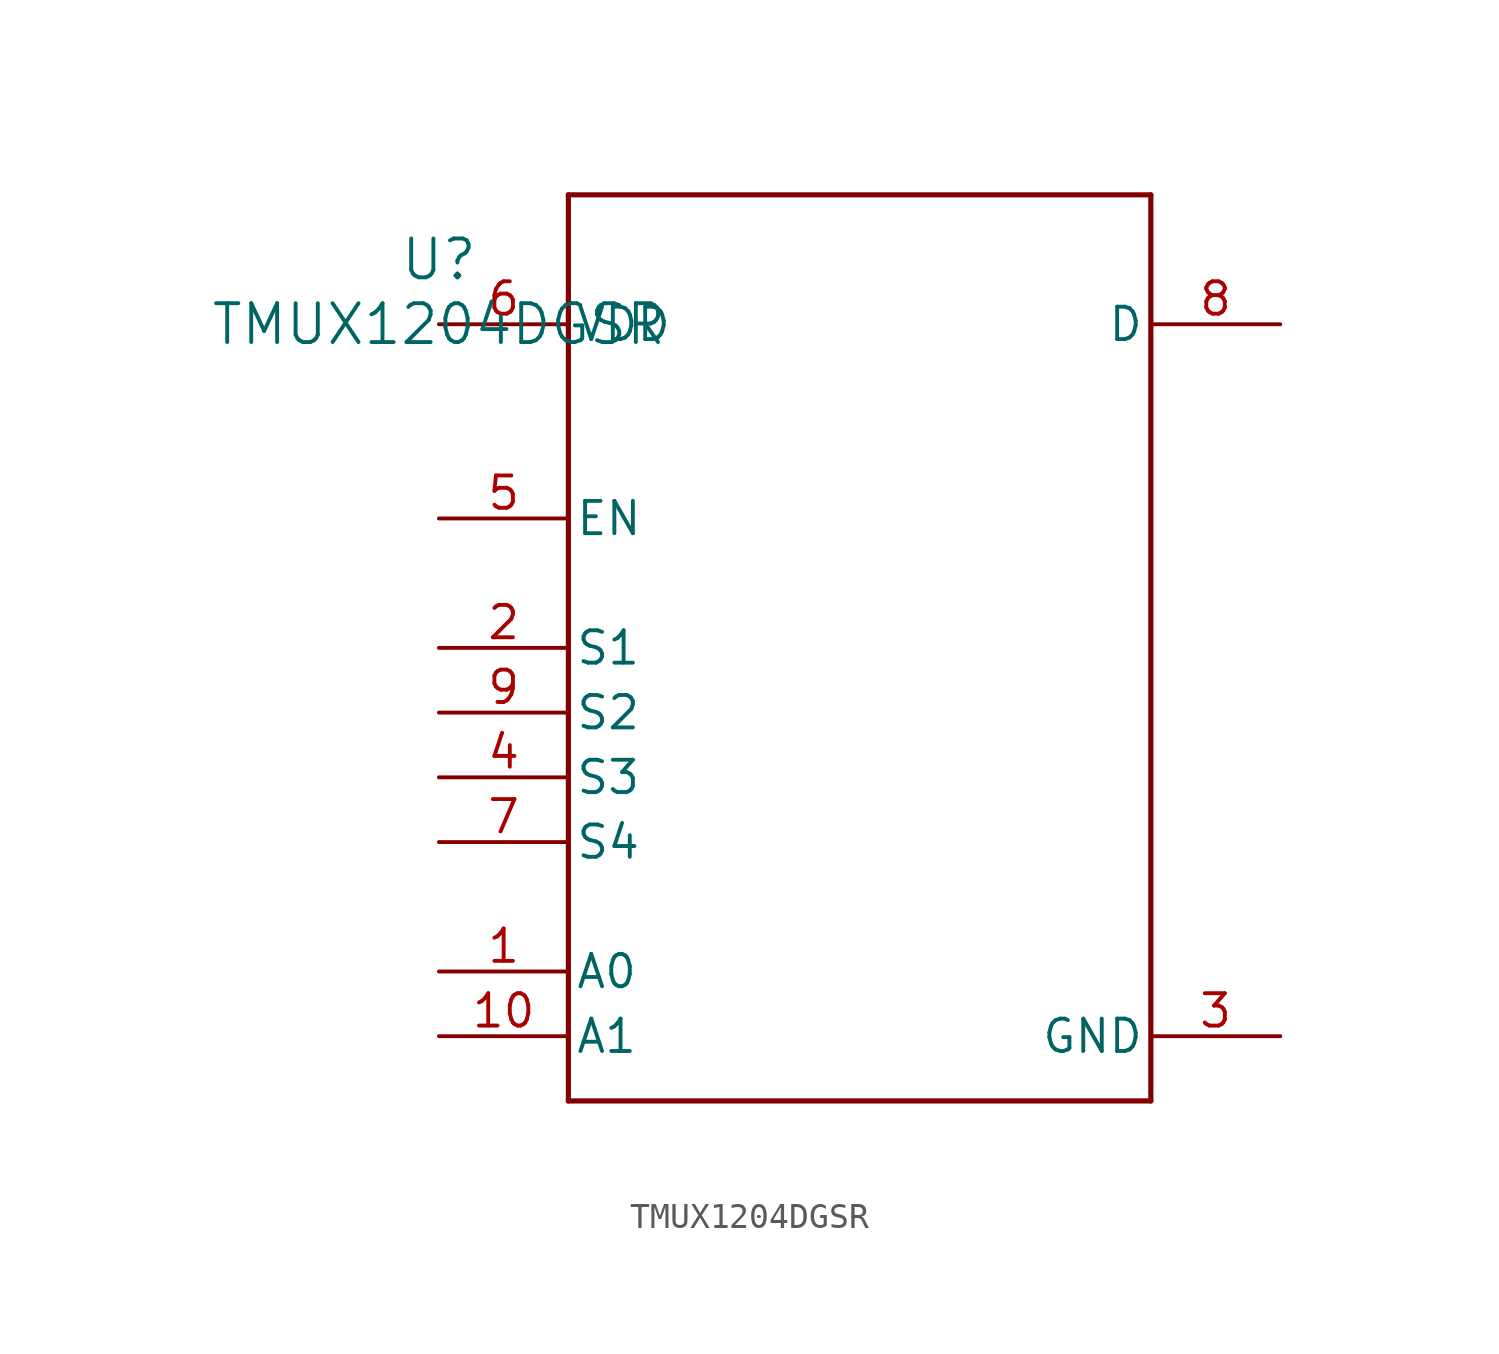
<source format=kicad_sym>
(kicad_symbol_lib
  (version 20211014)
  (generator kicad_symbol_editor)
  (symbol "TMUX1204DGSR"
    (pin_names
      (offset 0.254))
    (property "Reference" "U"
      (at 0 2.54 0)
      (effects (font (size 1.524 1.524))))
    (property "Value" "TMUX1204DGSR"
      (at 0 0 0)
      (effects (font (size 1.524 1.524))))
    (symbol "TMUX1204DGSR_0_1"
      (polyline (pts (xy 5.08 -30.48) (xy 27.94 -30.48)) (stroke (width 0.203) (type default) (color 0 0 0 0)) (fill (type none)))
      (polyline (pts (xy 27.94 -30.48) (xy 27.94 5.08)) (stroke (width 0.203) (type default) (color 0 0 0 0)) (fill (type none)))
      (polyline (pts (xy 27.94 5.08) (xy 5.08 5.08)) (stroke (width 0.203) (type default) (color 0 0 0 0)) (fill (type none)))
      (polyline (pts (xy 5.08 5.08) (xy 5.08 -30.48)) (stroke (width 0.203) (type default) (color 0 0 0 0)) (fill (type none)))
      (pin input line (at 0 -25.4 0) (length 5.08) (name "A0" (effects (font (size 1.27 1.27)))) (number "1" (effects (font (size 1.27 1.27)))))
      (pin bidirectional line (at 0 -12.7 0) (length 5.08) (name "S1" (effects (font (size 1.27 1.27)))) (number "2" (effects (font (size 1.27 1.27)))))
      (pin power_in line (at 33.02 -27.94 180) (length 5.08) (name "GND" (effects (font (size 1.27 1.27)))) (number "3" (effects (font (size 1.27 1.27)))))
      (pin bidirectional line (at 0 -17.78 0) (length 5.08) (name "S3" (effects (font (size 1.27 1.27)))) (number "4" (effects (font (size 1.27 1.27)))))
      (pin input line (at 0 -7.62 0) (length 5.08) (name "EN" (effects (font (size 1.27 1.27)))) (number "5" (effects (font (size 1.27 1.27)))))
      (pin power_in line (at 0 0 0) (length 5.08) (name "VDD" (effects (font (size 1.27 1.27)))) (number "6" (effects (font (size 1.27 1.27)))))
      (pin bidirectional line (at 0 -20.32 0) (length 5.08) (name "S4" (effects (font (size 1.27 1.27)))) (number "7" (effects (font (size 1.27 1.27)))))
      (pin bidirectional line (at 33.02 0 180) (length 5.08) (name "D" (effects (font (size 1.27 1.27)))) (number "8" (effects (font (size 1.27 1.27)))))
      (pin bidirectional line (at 0 -15.24 0) (length 5.08) (name "S2" (effects (font (size 1.27 1.27)))) (number "9" (effects (font (size 1.27 1.27)))))
      (pin input line (at 0 -27.94 0) (length 5.08) (name "A1" (effects (font (size 1.27 1.27)))) (number "10" (effects (font (size 1.27 1.27))))))))
</source>
